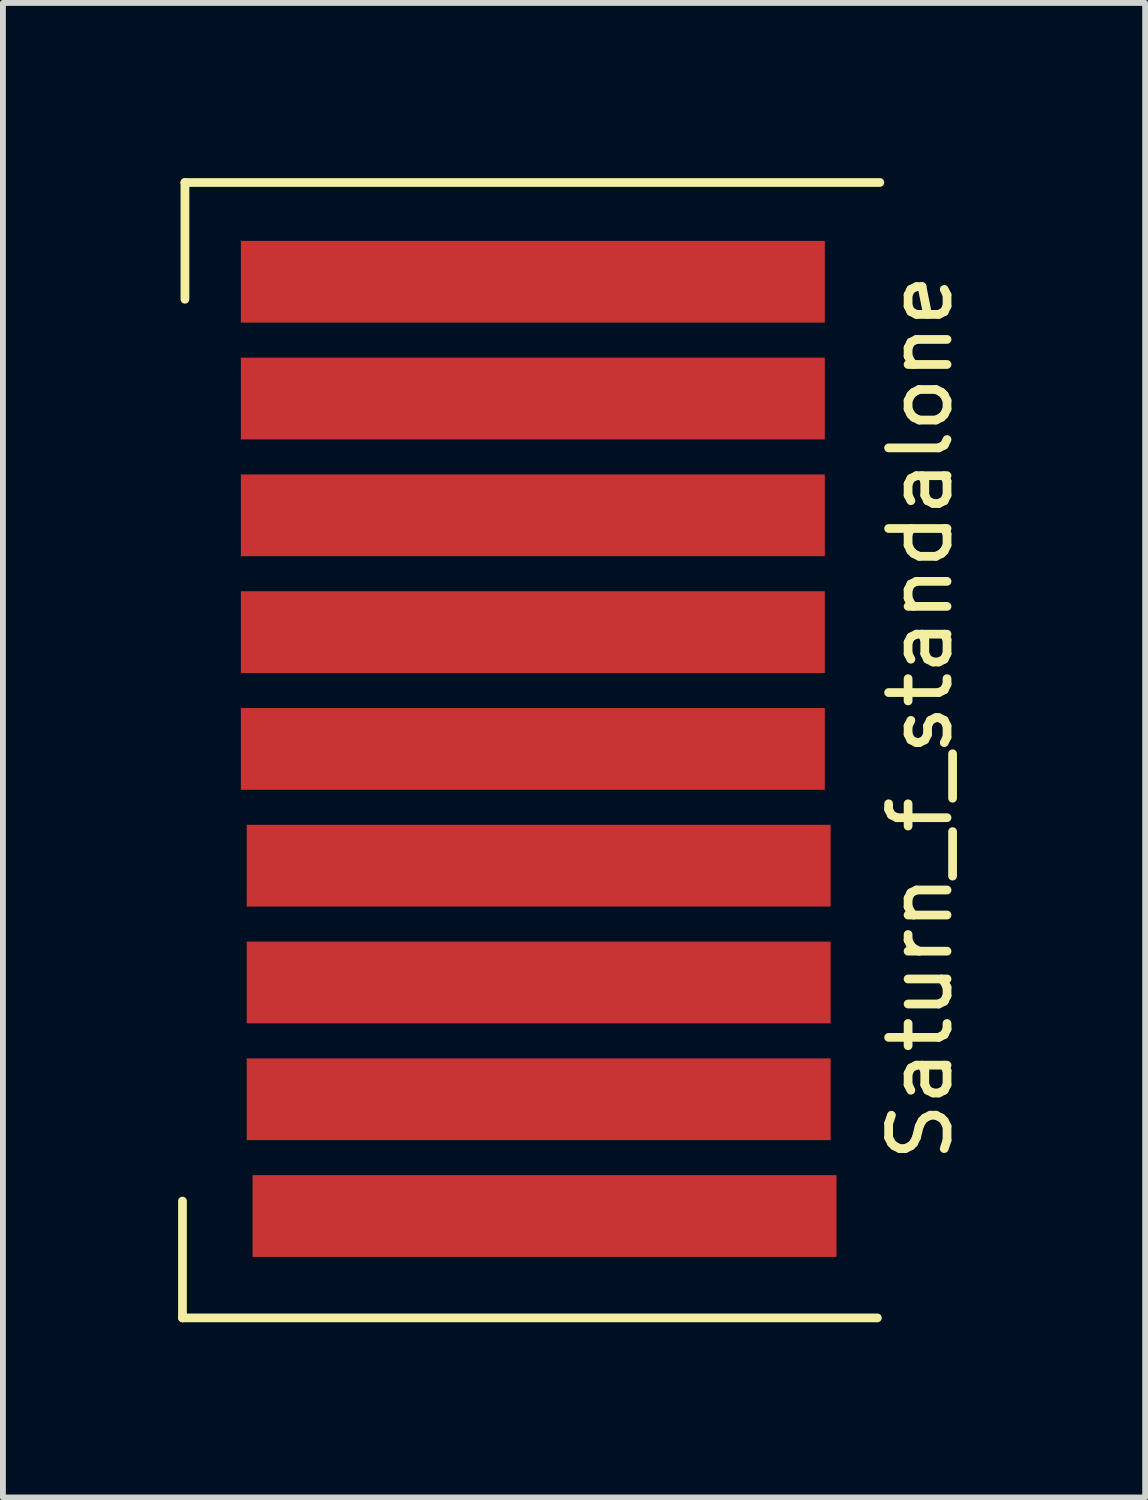
<source format=kicad_pcb>
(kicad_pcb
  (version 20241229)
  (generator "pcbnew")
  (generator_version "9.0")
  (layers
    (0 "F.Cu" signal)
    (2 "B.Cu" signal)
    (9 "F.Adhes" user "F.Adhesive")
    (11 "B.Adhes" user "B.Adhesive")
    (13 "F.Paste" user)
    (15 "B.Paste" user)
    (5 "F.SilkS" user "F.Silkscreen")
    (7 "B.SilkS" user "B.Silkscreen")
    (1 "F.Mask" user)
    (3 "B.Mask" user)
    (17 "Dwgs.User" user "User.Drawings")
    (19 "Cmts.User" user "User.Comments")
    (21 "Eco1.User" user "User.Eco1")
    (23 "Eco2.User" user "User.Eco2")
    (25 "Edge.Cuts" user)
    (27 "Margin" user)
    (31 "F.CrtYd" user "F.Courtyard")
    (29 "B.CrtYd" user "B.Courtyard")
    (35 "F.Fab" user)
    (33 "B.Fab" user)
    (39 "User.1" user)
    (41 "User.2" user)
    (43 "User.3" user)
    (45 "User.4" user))
  (footprint "Saturn_f_standalone"
    (layer "F.Cu")
    (at 1.075 0.775)
    (property "Reference" "Saturn_f_standalone" (at 11.638 8.464 90) (layer "F.SilkS") (effects (font (size 1 1) (thickness 0.15))))
    (attr exclude_from_pos_files exclude_from_bom)
    (fp_line (start -1 16.744) (end -1 18.744) (stroke (width 0.15) (type solid)) (layer "F.SilkS"))
    (fp_line (start -0.958 -0.7) (end 10.942 -0.7) (stroke (width 0.15) (type solid)) (layer "F.SilkS"))
    (fp_line (start -0.958 1.3) (end -0.958 -0.7) (stroke (width 0.15) (type solid)) (layer "F.SilkS"))
    (fp_line (start 10.9 18.744) (end -1 18.744) (stroke (width 0.15) (type solid)) (layer "F.SilkS"))
    (pad "1" connect rect (at 5 1) (size 10 1.4) (layers "F.Cu" "F.Mask"))
    (pad "2" connect rect (at 5 3) (size 10 1.4) (layers "F.Cu" "F.Mask"))
    (pad "3" connect rect (at 5 5) (size 10 1.4) (layers "F.Cu" "F.Mask"))
    (pad "4" connect rect (at 5 7) (size 10 1.4) (layers "F.Cu" "F.Mask"))
    (pad "5" connect rect (at 5 9) (size 10 1.4) (layers "F.Cu" "F.Mask"))
    (pad "6" connect rect (at 5.1 11) (size 10 1.4) (layers "F.Cu" "F.Mask"))
    (pad "7" connect rect (at 5.1 13) (size 10 1.4) (layers "F.Cu" "F.Mask"))
    (pad "8" connect rect (at 5.1 15) (size 10 1.4) (layers "F.Cu" "F.Mask"))
    (pad "9" connect rect (at 5.2 17) (size 10 1.4) (layers "F.Cu" "F.Mask")))
  (gr_rect
    (start -3 -3)
    (end 16.561 22.594)
    (stroke (width 0.1) (type default))
    (fill no)
    (layer "Edge.Cuts")))
</source>
